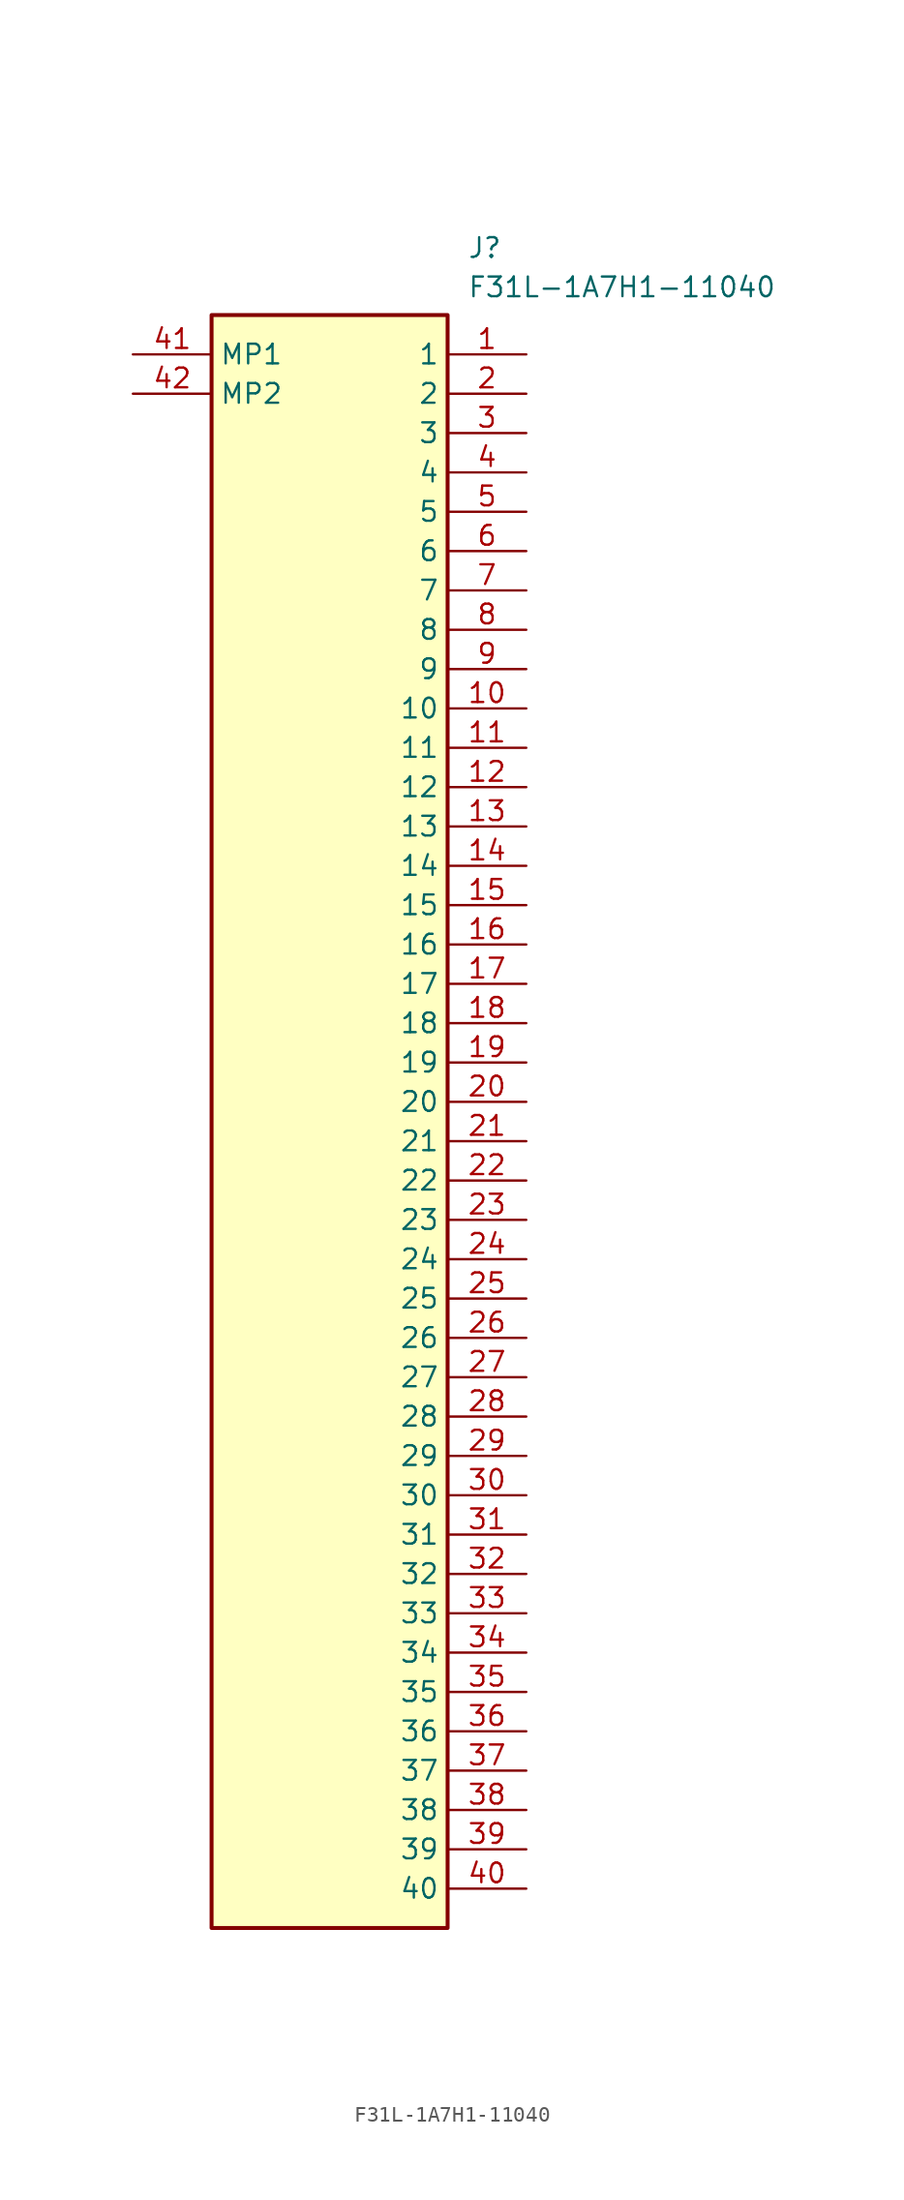
<source format=kicad_sym>
(kicad_symbol_lib
  (version 20211014)
  (generator SamacSys_ECAD_Model)
  (symbol "F31L-1A7H1-11040"
    (property "Reference" "J"
      (at 21.59 7.62 0)
      (effects (font (size 1.27 1.27)) (justify left top)))
    (property "Value" "F31L-1A7H1-11040"
      (at 21.59 5.08 0)
      (effects (font (size 1.27 1.27)) (justify left top)))
    (rectangle
      (start 5.08 2.54)
      (end 20.32 -101.6)
      (stroke (width 0.254) (type default))
      (fill (type background)))
    (pin passive line
      (at 25.4 0 180)
      (length 5.08)
      (name "1" (effects (font (size 1.27 1.27))))
      (number "1" (effects (font (size 1.27 1.27)))))
    (pin passive line
      (at 25.4 -2.54 180)
      (length 5.08)
      (name "2" (effects (font (size 1.27 1.27))))
      (number "2" (effects (font (size 1.27 1.27)))))
    (pin passive line
      (at 25.4 -5.08 180)
      (length 5.08)
      (name "3" (effects (font (size 1.27 1.27))))
      (number "3" (effects (font (size 1.27 1.27)))))
    (pin passive line
      (at 25.4 -7.62 180)
      (length 5.08)
      (name "4" (effects (font (size 1.27 1.27))))
      (number "4" (effects (font (size 1.27 1.27)))))
    (pin passive line
      (at 25.4 -10.16 180)
      (length 5.08)
      (name "5" (effects (font (size 1.27 1.27))))
      (number "5" (effects (font (size 1.27 1.27)))))
    (pin passive line
      (at 25.4 -12.7 180)
      (length 5.08)
      (name "6" (effects (font (size 1.27 1.27))))
      (number "6" (effects (font (size 1.27 1.27)))))
    (pin passive line
      (at 25.4 -15.24 180)
      (length 5.08)
      (name "7" (effects (font (size 1.27 1.27))))
      (number "7" (effects (font (size 1.27 1.27)))))
    (pin passive line
      (at 25.4 -17.78 180)
      (length 5.08)
      (name "8" (effects (font (size 1.27 1.27))))
      (number "8" (effects (font (size 1.27 1.27)))))
    (pin passive line
      (at 25.4 -20.32 180)
      (length 5.08)
      (name "9" (effects (font (size 1.27 1.27))))
      (number "9" (effects (font (size 1.27 1.27)))))
    (pin passive line
      (at 25.4 -22.86 180)
      (length 5.08)
      (name "10" (effects (font (size 1.27 1.27))))
      (number "10" (effects (font (size 1.27 1.27)))))
    (pin passive line
      (at 25.4 -25.4 180)
      (length 5.08)
      (name "11" (effects (font (size 1.27 1.27))))
      (number "11" (effects (font (size 1.27 1.27)))))
    (pin passive line
      (at 25.4 -27.94 180)
      (length 5.08)
      (name "12" (effects (font (size 1.27 1.27))))
      (number "12" (effects (font (size 1.27 1.27)))))
    (pin passive line
      (at 25.4 -30.48 180)
      (length 5.08)
      (name "13" (effects (font (size 1.27 1.27))))
      (number "13" (effects (font (size 1.27 1.27)))))
    (pin passive line
      (at 25.4 -33.02 180)
      (length 5.08)
      (name "14" (effects (font (size 1.27 1.27))))
      (number "14" (effects (font (size 1.27 1.27)))))
    (pin passive line
      (at 25.4 -35.56 180)
      (length 5.08)
      (name "15" (effects (font (size 1.27 1.27))))
      (number "15" (effects (font (size 1.27 1.27)))))
    (pin passive line
      (at 25.4 -38.1 180)
      (length 5.08)
      (name "16" (effects (font (size 1.27 1.27))))
      (number "16" (effects (font (size 1.27 1.27)))))
    (pin passive line
      (at 25.4 -40.64 180)
      (length 5.08)
      (name "17" (effects (font (size 1.27 1.27))))
      (number "17" (effects (font (size 1.27 1.27)))))
    (pin passive line
      (at 25.4 -43.18 180)
      (length 5.08)
      (name "18" (effects (font (size 1.27 1.27))))
      (number "18" (effects (font (size 1.27 1.27)))))
    (pin passive line
      (at 25.4 -45.72 180)
      (length 5.08)
      (name "19" (effects (font (size 1.27 1.27))))
      (number "19" (effects (font (size 1.27 1.27)))))
    (pin passive line
      (at 25.4 -48.26 180)
      (length 5.08)
      (name "20" (effects (font (size 1.27 1.27))))
      (number "20" (effects (font (size 1.27 1.27)))))
    (pin passive line
      (at 25.4 -50.8 180)
      (length 5.08)
      (name "21" (effects (font (size 1.27 1.27))))
      (number "21" (effects (font (size 1.27 1.27)))))
    (pin passive line
      (at 25.4 -53.34 180)
      (length 5.08)
      (name "22" (effects (font (size 1.27 1.27))))
      (number "22" (effects (font (size 1.27 1.27)))))
    (pin passive line
      (at 25.4 -55.88 180)
      (length 5.08)
      (name "23" (effects (font (size 1.27 1.27))))
      (number "23" (effects (font (size 1.27 1.27)))))
    (pin passive line
      (at 25.4 -58.42 180)
      (length 5.08)
      (name "24" (effects (font (size 1.27 1.27))))
      (number "24" (effects (font (size 1.27 1.27)))))
    (pin passive line
      (at 25.4 -60.96 180)
      (length 5.08)
      (name "25" (effects (font (size 1.27 1.27))))
      (number "25" (effects (font (size 1.27 1.27)))))
    (pin passive line
      (at 25.4 -63.5 180)
      (length 5.08)
      (name "26" (effects (font (size 1.27 1.27))))
      (number "26" (effects (font (size 1.27 1.27)))))
    (pin passive line
      (at 25.4 -66.04 180)
      (length 5.08)
      (name "27" (effects (font (size 1.27 1.27))))
      (number "27" (effects (font (size 1.27 1.27)))))
    (pin passive line
      (at 25.4 -68.58 180)
      (length 5.08)
      (name "28" (effects (font (size 1.27 1.27))))
      (number "28" (effects (font (size 1.27 1.27)))))
    (pin passive line
      (at 25.4 -71.12 180)
      (length 5.08)
      (name "29" (effects (font (size 1.27 1.27))))
      (number "29" (effects (font (size 1.27 1.27)))))
    (pin passive line
      (at 25.4 -73.66 180)
      (length 5.08)
      (name "30" (effects (font (size 1.27 1.27))))
      (number "30" (effects (font (size 1.27 1.27)))))
    (pin passive line
      (at 25.4 -76.2 180)
      (length 5.08)
      (name "31" (effects (font (size 1.27 1.27))))
      (number "31" (effects (font (size 1.27 1.27)))))
    (pin passive line
      (at 25.4 -78.74 180)
      (length 5.08)
      (name "32" (effects (font (size 1.27 1.27))))
      (number "32" (effects (font (size 1.27 1.27)))))
    (pin passive line
      (at 25.4 -81.28 180)
      (length 5.08)
      (name "33" (effects (font (size 1.27 1.27))))
      (number "33" (effects (font (size 1.27 1.27)))))
    (pin passive line
      (at 25.4 -83.82 180)
      (length 5.08)
      (name "34" (effects (font (size 1.27 1.27))))
      (number "34" (effects (font (size 1.27 1.27)))))
    (pin passive line
      (at 25.4 -86.36 180)
      (length 5.08)
      (name "35" (effects (font (size 1.27 1.27))))
      (number "35" (effects (font (size 1.27 1.27)))))
    (pin passive line
      (at 25.4 -88.9 180)
      (length 5.08)
      (name "36" (effects (font (size 1.27 1.27))))
      (number "36" (effects (font (size 1.27 1.27)))))
    (pin passive line
      (at 25.4 -91.44 180)
      (length 5.08)
      (name "37" (effects (font (size 1.27 1.27))))
      (number "37" (effects (font (size 1.27 1.27)))))
    (pin passive line
      (at 25.4 -93.98 180)
      (length 5.08)
      (name "38" (effects (font (size 1.27 1.27))))
      (number "38" (effects (font (size 1.27 1.27)))))
    (pin passive line
      (at 25.4 -96.52 180)
      (length 5.08)
      (name "39" (effects (font (size 1.27 1.27))))
      (number "39" (effects (font (size 1.27 1.27)))))
    (pin passive line
      (at 25.4 -99.06 180)
      (length 5.08)
      (name "40" (effects (font (size 1.27 1.27))))
      (number "40" (effects (font (size 1.27 1.27)))))
    (pin passive line
      (at 0 0 0)
      (length 5.08)
      (name "MP1" (effects (font (size 1.27 1.27))))
      (number "41" (effects (font (size 1.27 1.27)))))
    (pin passive line
      (at 0 -2.54 0)
      (length 5.08)
      (name "MP2" (effects (font (size 1.27 1.27))))
      (number "42" (effects (font (size 1.27 1.27)))))))
</source>
